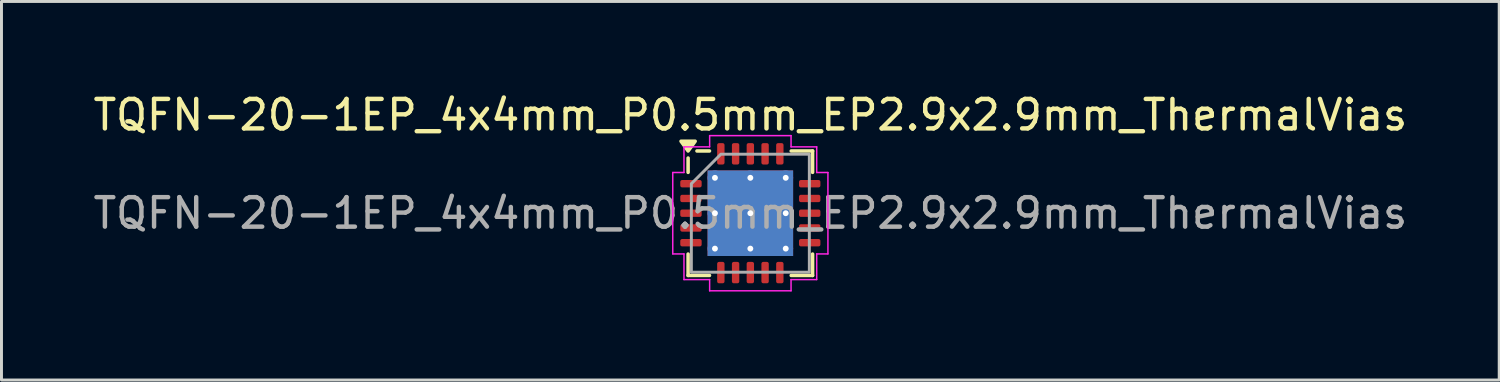
<source format=kicad_pcb>
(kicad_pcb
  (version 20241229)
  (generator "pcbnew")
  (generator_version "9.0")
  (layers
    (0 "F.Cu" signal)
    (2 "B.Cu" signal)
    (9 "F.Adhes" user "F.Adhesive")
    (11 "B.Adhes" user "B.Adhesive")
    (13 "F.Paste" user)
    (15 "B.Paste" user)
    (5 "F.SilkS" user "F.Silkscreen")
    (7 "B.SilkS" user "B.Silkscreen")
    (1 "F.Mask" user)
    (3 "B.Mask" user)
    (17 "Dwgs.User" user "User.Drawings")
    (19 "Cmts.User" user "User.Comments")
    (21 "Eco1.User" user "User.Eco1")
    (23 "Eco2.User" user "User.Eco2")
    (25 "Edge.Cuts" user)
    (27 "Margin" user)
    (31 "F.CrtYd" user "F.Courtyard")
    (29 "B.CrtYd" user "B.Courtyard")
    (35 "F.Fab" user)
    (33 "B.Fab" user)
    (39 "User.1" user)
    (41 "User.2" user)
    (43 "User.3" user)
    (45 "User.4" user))
  (footprint "TQFN-20-1EP_4x4mm_P0.5mm_EP2.9x2.9mm_ThermalVias"
    (layer "F.Cu")
    (at 22.387 4.178)
    (property "Reference" "TQFN-20-1EP_4x4mm_P0.5mm_EP2.9x2.9mm_ThermalVias" (at 0 -3.33 0) (layer "F.SilkS") (effects (font (size 1 1) (thickness 0.15))))
    (attr smd)
    (fp_line (start -2.11 -1.385) (end -2.11 -1.87) (stroke (width 0.12) (type solid)) (layer "F.SilkS"))
    (fp_line (start -2.11 2.11) (end -2.11 1.385) (stroke (width 0.12) (type solid)) (layer "F.SilkS"))
    (fp_line (start -1.385 -2.11) (end -1.81 -2.11) (stroke (width 0.12) (type solid)) (layer "F.SilkS"))
    (fp_line (start -1.385 2.11) (end -2.11 2.11) (stroke (width 0.12) (type solid)) (layer "F.SilkS"))
    (fp_line (start 1.385 -2.11) (end 2.11 -2.11) (stroke (width 0.12) (type solid)) (layer "F.SilkS"))
    (fp_line (start 1.385 2.11) (end 2.11 2.11) (stroke (width 0.12) (type solid)) (layer "F.SilkS"))
    (fp_line (start 2.11 -2.11) (end 2.11 -1.385) (stroke (width 0.12) (type solid)) (layer "F.SilkS"))
    (fp_line (start 2.11 2.11) (end 2.11 1.385) (stroke (width 0.12) (type solid)) (layer "F.SilkS"))
    (fp_poly (pts (xy -2.11 -2.11) (xy -2.35 -2.44) (xy -1.87 -2.44)) (stroke (width 0.12) (type solid)) (fill yes) (layer "F.SilkS"))
    (fp_line (start -2.63 -1.38) (end -2.25 -1.38) (stroke (width 0.05) (type solid)) (layer "F.CrtYd"))
    (fp_line (start -2.63 1.38) (end -2.63 -1.38) (stroke (width 0.05) (type solid)) (layer "F.CrtYd"))
    (fp_line (start -2.25 -2.25) (end -1.38 -2.25) (stroke (width 0.05) (type solid)) (layer "F.CrtYd"))
    (fp_line (start -2.25 -1.38) (end -2.25 -2.25) (stroke (width 0.05) (type solid)) (layer "F.CrtYd"))
    (fp_line (start -2.25 1.38) (end -2.63 1.38) (stroke (width 0.05) (type solid)) (layer "F.CrtYd"))
    (fp_line (start -2.25 2.25) (end -2.25 1.38) (stroke (width 0.05) (type solid)) (layer "F.CrtYd"))
    (fp_line (start -1.38 -2.63) (end 1.38 -2.63) (stroke (width 0.05) (type solid)) (layer "F.CrtYd"))
    (fp_line (start -1.38 -2.25) (end -1.38 -2.63) (stroke (width 0.05) (type solid)) (layer "F.CrtYd"))
    (fp_line (start -1.38 2.25) (end -2.25 2.25) (stroke (width 0.05) (type solid)) (layer "F.CrtYd"))
    (fp_line (start -1.38 2.63) (end -1.38 2.25) (stroke (width 0.05) (type solid)) (layer "F.CrtYd"))
    (fp_line (start 1.38 -2.63) (end 1.38 -2.25) (stroke (width 0.05) (type solid)) (layer "F.CrtYd"))
    (fp_line (start 1.38 -2.25) (end 2.25 -2.25) (stroke (width 0.05) (type solid)) (layer "F.CrtYd"))
    (fp_line (start 1.38 2.25) (end 1.38 2.63) (stroke (width 0.05) (type solid)) (layer "F.CrtYd"))
    (fp_line (start 1.38 2.63) (end -1.38 2.63) (stroke (width 0.05) (type solid)) (layer "F.CrtYd"))
    (fp_line (start 2.25 -2.25) (end 2.25 -1.38) (stroke (width 0.05) (type solid)) (layer "F.CrtYd"))
    (fp_line (start 2.25 -1.38) (end 2.63 -1.38) (stroke (width 0.05) (type solid)) (layer "F.CrtYd"))
    (fp_line (start 2.25 1.38) (end 2.25 2.25) (stroke (width 0.05) (type solid)) (layer "F.CrtYd"))
    (fp_line (start 2.25 2.25) (end 1.38 2.25) (stroke (width 0.05) (type solid)) (layer "F.CrtYd"))
    (fp_line (start 2.63 -1.38) (end 2.63 1.38) (stroke (width 0.05) (type solid)) (layer "F.CrtYd"))
    (fp_line (start 2.63 1.38) (end 2.25 1.38) (stroke (width 0.05) (type solid)) (layer "F.CrtYd"))
    (fp_poly (pts (xy -2 -1) (xy -2 2) (xy 2 2) (xy 2 -2) (xy -1 -2)) (stroke (width 0.1) (type solid)) (fill no) (layer "F.Fab"))
    (fp_text user "${REFERENCE}" (at 0 0 0) (layer "F.Fab") (effects (font (size 1 1) (thickness 0.15))))
    (pad "" smd roundrect (at -0.725 -0.725) (size 1.26 1.26) (layers "F.Paste") (roundrect_rratio 0.198))
    (pad "" smd roundrect (at -0.725 0.725) (size 1.26 1.26) (layers "F.Paste") (roundrect_rratio 0.198))
    (pad "" smd roundrect (at 0.725 -0.725) (size 1.26 1.26) (layers "F.Paste") (roundrect_rratio 0.198))
    (pad "" smd roundrect (at 0.725 0.725) (size 1.26 1.26) (layers "F.Paste") (roundrect_rratio 0.198))
    (pad "1" smd roundrect (at -2.013 -1) (size 0.725 0.25) (layers "F.Cu" "F.Mask" "F.Paste") (roundrect_rratio 0.25))
    (pad "2" smd roundrect (at -2.013 -0.5) (size 0.725 0.25) (layers "F.Cu" "F.Mask" "F.Paste") (roundrect_rratio 0.25))
    (pad "3" smd roundrect (at -2.013 0) (size 0.725 0.25) (layers "F.Cu" "F.Mask" "F.Paste") (roundrect_rratio 0.25))
    (pad "4" smd roundrect (at -2.013 0.5) (size 0.725 0.25) (layers "F.Cu" "F.Mask" "F.Paste") (roundrect_rratio 0.25))
    (pad "5" smd roundrect (at -2.013 1) (size 0.725 0.25) (layers "F.Cu" "F.Mask" "F.Paste") (roundrect_rratio 0.25))
    (pad "6" smd roundrect (at -1 2.013) (size 0.25 0.725) (layers "F.Cu" "F.Mask" "F.Paste") (roundrect_rratio 0.25))
    (pad "7" smd roundrect (at -0.5 2.013) (size 0.25 0.725) (layers "F.Cu" "F.Mask" "F.Paste") (roundrect_rratio 0.25))
    (pad "8" smd roundrect (at 0 2.013) (size 0.25 0.725) (layers "F.Cu" "F.Mask" "F.Paste") (roundrect_rratio 0.25))
    (pad "9" smd roundrect (at 0.5 2.013) (size 0.25 0.725) (layers "F.Cu" "F.Mask" "F.Paste") (roundrect_rratio 0.25))
    (pad "10" smd roundrect (at 1 2.013) (size 0.25 0.725) (layers "F.Cu" "F.Mask" "F.Paste") (roundrect_rratio 0.25))
    (pad "11" smd roundrect (at 2.013 1) (size 0.725 0.25) (layers "F.Cu" "F.Mask" "F.Paste") (roundrect_rratio 0.25))
    (pad "12" smd roundrect (at 2.013 0.5) (size 0.725 0.25) (layers "F.Cu" "F.Mask" "F.Paste") (roundrect_rratio 0.25))
    (pad "13" smd roundrect (at 2.013 0) (size 0.725 0.25) (layers "F.Cu" "F.Mask" "F.Paste") (roundrect_rratio 0.25))
    (pad "14" smd roundrect (at 2.013 -0.5) (size 0.725 0.25) (layers "F.Cu" "F.Mask" "F.Paste") (roundrect_rratio 0.25))
    (pad "15" smd roundrect (at 2.013 -1) (size 0.725 0.25) (layers "F.Cu" "F.Mask" "F.Paste") (roundrect_rratio 0.25))
    (pad "16" smd roundrect (at 1 -2.013) (size 0.25 0.725) (layers "F.Cu" "F.Mask" "F.Paste") (roundrect_rratio 0.25))
    (pad "17" smd roundrect (at 0.5 -2.013) (size 0.25 0.725) (layers "F.Cu" "F.Mask" "F.Paste") (roundrect_rratio 0.25))
    (pad "18" smd roundrect (at 0 -2.013) (size 0.25 0.725) (layers "F.Cu" "F.Mask" "F.Paste") (roundrect_rratio 0.25))
    (pad "19" smd roundrect (at -0.5 -2.013) (size 0.25 0.725) (layers "F.Cu" "F.Mask" "F.Paste") (roundrect_rratio 0.25))
    (pad "20" smd roundrect (at -1 -2.013) (size 0.25 0.725) (layers "F.Cu" "F.Mask" "F.Paste") (roundrect_rratio 0.25))
    (pad "21" thru_hole circle (at -1.2 -1.2) (size 0.5 0.5) (drill 0.2) (property pad_prop_heatsink) (layers "*.Cu"))
    (pad "21" thru_hole circle (at -1.2 0) (size 0.5 0.5) (drill 0.2) (property pad_prop_heatsink) (layers "*.Cu"))
    (pad "21" thru_hole circle (at -1.2 1.2) (size 0.5 0.5) (drill 0.2) (property pad_prop_heatsink) (layers "*.Cu"))
    (pad "21" thru_hole circle (at 0 -1.2) (size 0.5 0.5) (drill 0.2) (property pad_prop_heatsink) (layers "*.Cu"))
    (pad "21" thru_hole circle (at 0 0) (size 0.5 0.5) (drill 0.2) (property pad_prop_heatsink) (layers "*.Cu"))
    (pad "21" smd rect (at 0 0) (size 2.9 2.9) (property pad_prop_heatsink) (layers "F.Cu" "F.Mask"))
    (pad "21" smd rect (at 0 0) (size 2.9 2.9) (property pad_prop_heatsink) (layers "B.Cu"))
    (pad "21" thru_hole circle (at 0 1.2) (size 0.5 0.5) (drill 0.2) (property pad_prop_heatsink) (layers "*.Cu"))
    (pad "21" thru_hole circle (at 1.2 -1.2) (size 0.5 0.5) (drill 0.2) (property pad_prop_heatsink) (layers "*.Cu"))
    (pad "21" thru_hole circle (at 1.2 0) (size 0.5 0.5) (drill 0.2) (property pad_prop_heatsink) (layers "*.Cu"))
    (pad "21" thru_hole circle (at 1.2 1.2) (size 0.5 0.5) (drill 0.2) (property pad_prop_heatsink) (layers "*.Cu")))
  (gr_rect
    (start -3 -3)
    (end 47.774 9.833)
    (stroke (width 0.1) (type default))
    (fill no)
    (layer "Edge.Cuts")))
</source>
